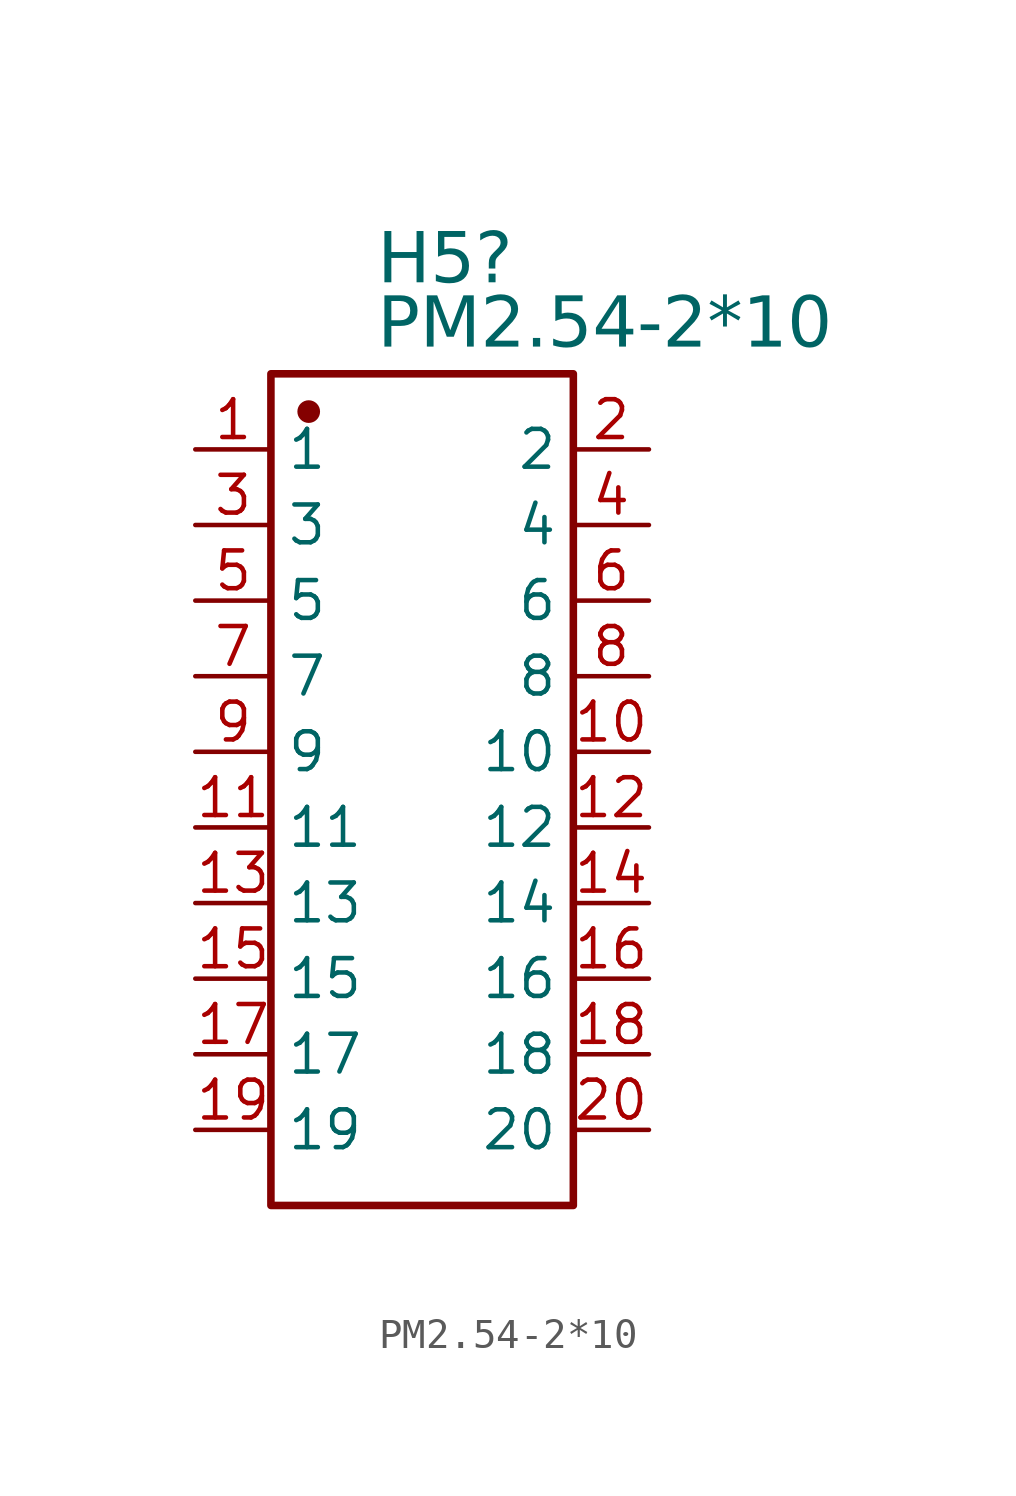
<source format=kicad_sym>
(kicad_symbol_lib
  (version 20241209)
  (generator "kicad_symbol_editor")
  (generator_version "9.0")
  (symbol "PM2.54-2*10"
    (property "Reference" "H5"
      (at -1.499 18.733 0)
      (effects (font (face "Arial") (size 1.689 1.689)) (justify left top)))
    (property "Value" "PM2.54-2*10"
      (at -1.499 16.573 0)
      (effects (font (face "Arial") (size 1.689 1.689)) (justify left top)))
    (symbol "PM2.54-2*10_0_0"
      (rectangle (start -5.08 13.97) (end 5.08 -13.97) (stroke (width 0.254) (type solid)) (fill (type none)))
      (circle (center -3.81 12.7) (radius 0.254) (stroke (width 0.254) (type solid)) (fill (type outline)))
      (pin passive line (at -7.62 11.43 0) (length 2.54) (name "1" (effects (font (size 1.27 1.27)))) (number "1" (effects (font (size 1.27 1.27)))))
      (pin passive line (at -7.62 8.89 0) (length 2.54) (name "3" (effects (font (size 1.27 1.27)))) (number "3" (effects (font (size 1.27 1.27)))))
      (pin passive line (at -7.62 6.35 0) (length 2.54) (name "5" (effects (font (size 1.27 1.27)))) (number "5" (effects (font (size 1.27 1.27)))))
      (pin passive line (at -7.62 3.81 0) (length 2.54) (name "7" (effects (font (size 1.27 1.27)))) (number "7" (effects (font (size 1.27 1.27)))))
      (pin passive line (at -7.62 1.27 0) (length 2.54) (name "9" (effects (font (size 1.27 1.27)))) (number "9" (effects (font (size 1.27 1.27)))))
      (pin passive line (at -7.62 -1.27 0) (length 2.54) (name "11" (effects (font (size 1.27 1.27)))) (number "11" (effects (font (size 1.27 1.27)))))
      (pin passive line (at -7.62 -3.81 0) (length 2.54) (name "13" (effects (font (size 1.27 1.27)))) (number "13" (effects (font (size 1.27 1.27)))))
      (pin passive line (at -7.62 -6.35 0) (length 2.54) (name "15" (effects (font (size 1.27 1.27)))) (number "15" (effects (font (size 1.27 1.27)))))
      (pin passive line (at -7.62 -8.89 0) (length 2.54) (name "17" (effects (font (size 1.27 1.27)))) (number "17" (effects (font (size 1.27 1.27)))))
      (pin passive line (at -7.62 -11.43 0) (length 2.54) (name "19" (effects (font (size 1.27 1.27)))) (number "19" (effects (font (size 1.27 1.27)))))
      (pin passive line (at 7.62 11.43 180) (length 2.54) (name "2" (effects (font (size 1.27 1.27)))) (number "2" (effects (font (size 1.27 1.27)))))
      (pin passive line (at 7.62 8.89 180) (length 2.54) (name "4" (effects (font (size 1.27 1.27)))) (number "4" (effects (font (size 1.27 1.27)))))
      (pin passive line (at 7.62 6.35 180) (length 2.54) (name "6" (effects (font (size 1.27 1.27)))) (number "6" (effects (font (size 1.27 1.27)))))
      (pin passive line (at 7.62 3.81 180) (length 2.54) (name "8" (effects (font (size 1.27 1.27)))) (number "8" (effects (font (size 1.27 1.27)))))
      (pin passive line (at 7.62 1.27 180) (length 2.54) (name "10" (effects (font (size 1.27 1.27)))) (number "10" (effects (font (size 1.27 1.27)))))
      (pin passive line (at 7.62 -1.27 180) (length 2.54) (name "12" (effects (font (size 1.27 1.27)))) (number "12" (effects (font (size 1.27 1.27)))))
      (pin passive line (at 7.62 -3.81 180) (length 2.54) (name "14" (effects (font (size 1.27 1.27)))) (number "14" (effects (font (size 1.27 1.27)))))
      (pin passive line (at 7.62 -6.35 180) (length 2.54) (name "16" (effects (font (size 1.27 1.27)))) (number "16" (effects (font (size 1.27 1.27)))))
      (pin passive line (at 7.62 -8.89 180) (length 2.54) (name "18" (effects (font (size 1.27 1.27)))) (number "18" (effects (font (size 1.27 1.27)))))
      (pin passive line (at 7.62 -11.43 180) (length 2.54) (name "20" (effects (font (size 1.27 1.27)))) (number "20" (effects (font (size 1.27 1.27))))))))
</source>
